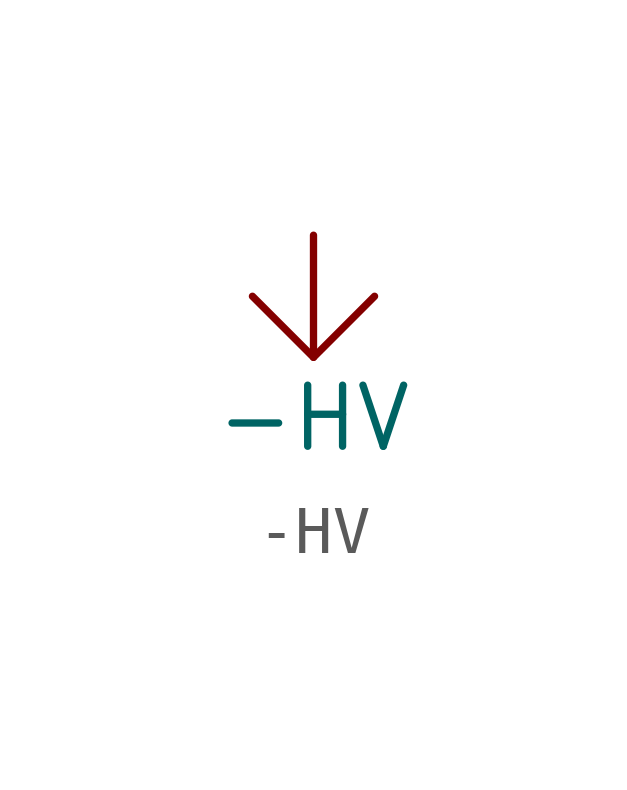
<source format=kicad_sym>
(kicad_symbol_lib
  (version 20211014)
  (generator kicad_symbol_editor)
  (symbol "-HV"
    (power)
    (pin_names
      (offset 0))
    (property "Reference" "#PWR"
      (at -1.27 -5.08 0)
      (effects (font (size 1.27 1.27)) hide))
    (property "Value" "-HV"
      (at 0 -3.81 0)
      (effects (font (size 1.27 1.27))))
    (symbol "-HV_0_0"
      (pin power_in line (at 0 0 270) (length 0) hide (name "-HV" (effects (font (size 1.27 1.27)))) (number "1" (effects (font (size 1.27 1.27))))))
    (symbol "-HV_0_1"
      (polyline (pts (xy 0 -2.54) (xy 0 0)) (stroke (width 0) (type default) (color 0 0 0 0)) (fill (type none)))
      (polyline (pts (xy 0 -2.54) (xy 1.27 -1.27) (xy 0 -2.54) (xy -1.27 -1.27)) (stroke (width 0) (type default) (color 0 0 0 0)) (fill (type none))))))
</source>
